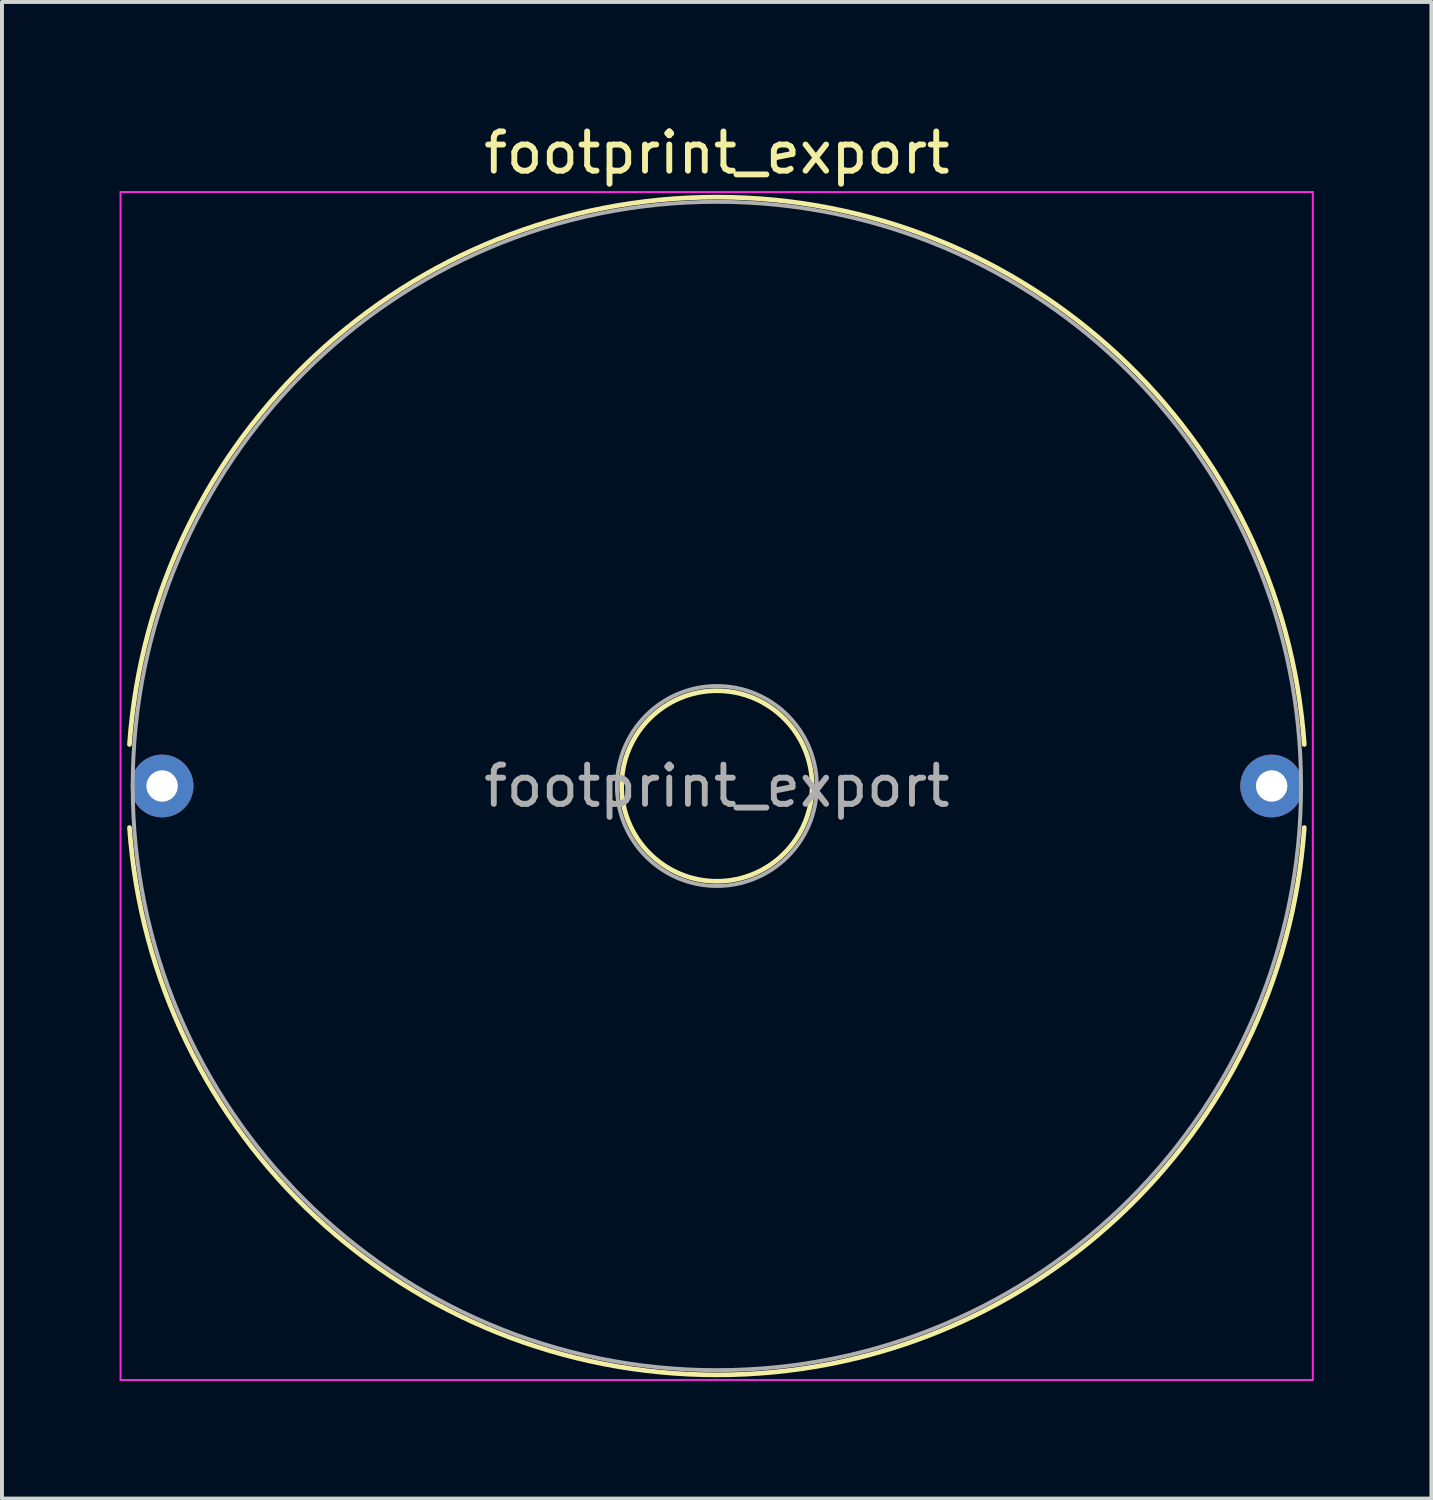
<source format=kicad_pcb>
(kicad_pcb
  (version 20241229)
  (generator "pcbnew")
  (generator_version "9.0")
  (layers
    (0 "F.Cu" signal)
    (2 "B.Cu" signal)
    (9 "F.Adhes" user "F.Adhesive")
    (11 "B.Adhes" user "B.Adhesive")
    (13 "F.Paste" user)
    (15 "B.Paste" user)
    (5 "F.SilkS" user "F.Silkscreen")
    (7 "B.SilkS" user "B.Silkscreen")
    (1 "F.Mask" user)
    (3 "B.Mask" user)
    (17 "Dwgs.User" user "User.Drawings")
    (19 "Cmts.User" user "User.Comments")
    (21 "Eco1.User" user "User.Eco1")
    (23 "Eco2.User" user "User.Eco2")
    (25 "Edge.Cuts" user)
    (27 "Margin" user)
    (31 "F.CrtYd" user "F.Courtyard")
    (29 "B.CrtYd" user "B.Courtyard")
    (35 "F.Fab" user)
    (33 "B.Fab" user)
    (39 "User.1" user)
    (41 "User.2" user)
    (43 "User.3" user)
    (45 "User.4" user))
  (footprint "footprint_export"
    (layer "F.Cu")
    (at 1.085 16.998)
    (property "Reference" "footprint_export" (at 14.15 -16.15 0) (layer "F.SilkS") (effects (font (size 1 1) (thickness 0.15))))
    (attr through_hole)
    (fp_arc (start -0.83255 -1.06) (mid 14.15 -15.02) (end 29.13255 -1.06) (stroke (width 0.12) (type solid)) (layer "F.SilkS"))
    (fp_arc (start 29.13255 1.06) (mid 14.15 15.02) (end -0.83255 1.06) (stroke (width 0.12) (type solid)) (layer "F.SilkS"))
    (fp_circle (center 14.15 0) (end 16.58 0) (stroke (width 0.12) (type solid)) (fill no) (layer "F.SilkS"))
    (fp_line (start -1.06 -15.15) (end -1.06 15.15) (stroke (width 0.05) (type solid)) (layer "F.CrtYd"))
    (fp_line (start -1.06 15.15) (end 29.35 15.15) (stroke (width 0.05) (type solid)) (layer "F.CrtYd"))
    (fp_line (start 29.35 -15.15) (end -1.06 -15.15) (stroke (width 0.05) (type solid)) (layer "F.CrtYd"))
    (fp_line (start 29.35 15.15) (end 29.35 -15.15) (stroke (width 0.05) (type solid)) (layer "F.CrtYd"))
    (fp_circle (center 14.15 0) (end 16.7 0) (stroke (width 0.1) (type solid)) (fill no) (layer "F.Fab"))
    (fp_circle (center 14.15 0) (end 29.05 0) (stroke (width 0.1) (type solid)) (fill no) (layer "F.Fab"))
    (fp_text user "${REFERENCE}" (at 14.15 0 0) (layer "F.Fab") (effects (font (size 1 1) (thickness 0.15))))
    (pad "1" thru_hole circle (at 0 0) (size 1.6 1.6) (drill 0.8) (layers "*.Cu" "*.Mask"))
    (pad "2" thru_hole circle (at 28.3 0) (size 1.6 1.6) (drill 0.8) (layers "*.Cu" "*.Mask")))
  (gr_rect
    (start -3 -3)
    (end 33.46 35.173)
    (stroke (width 0.1) (type default))
    (fill no)
    (layer "Edge.Cuts")))
</source>
